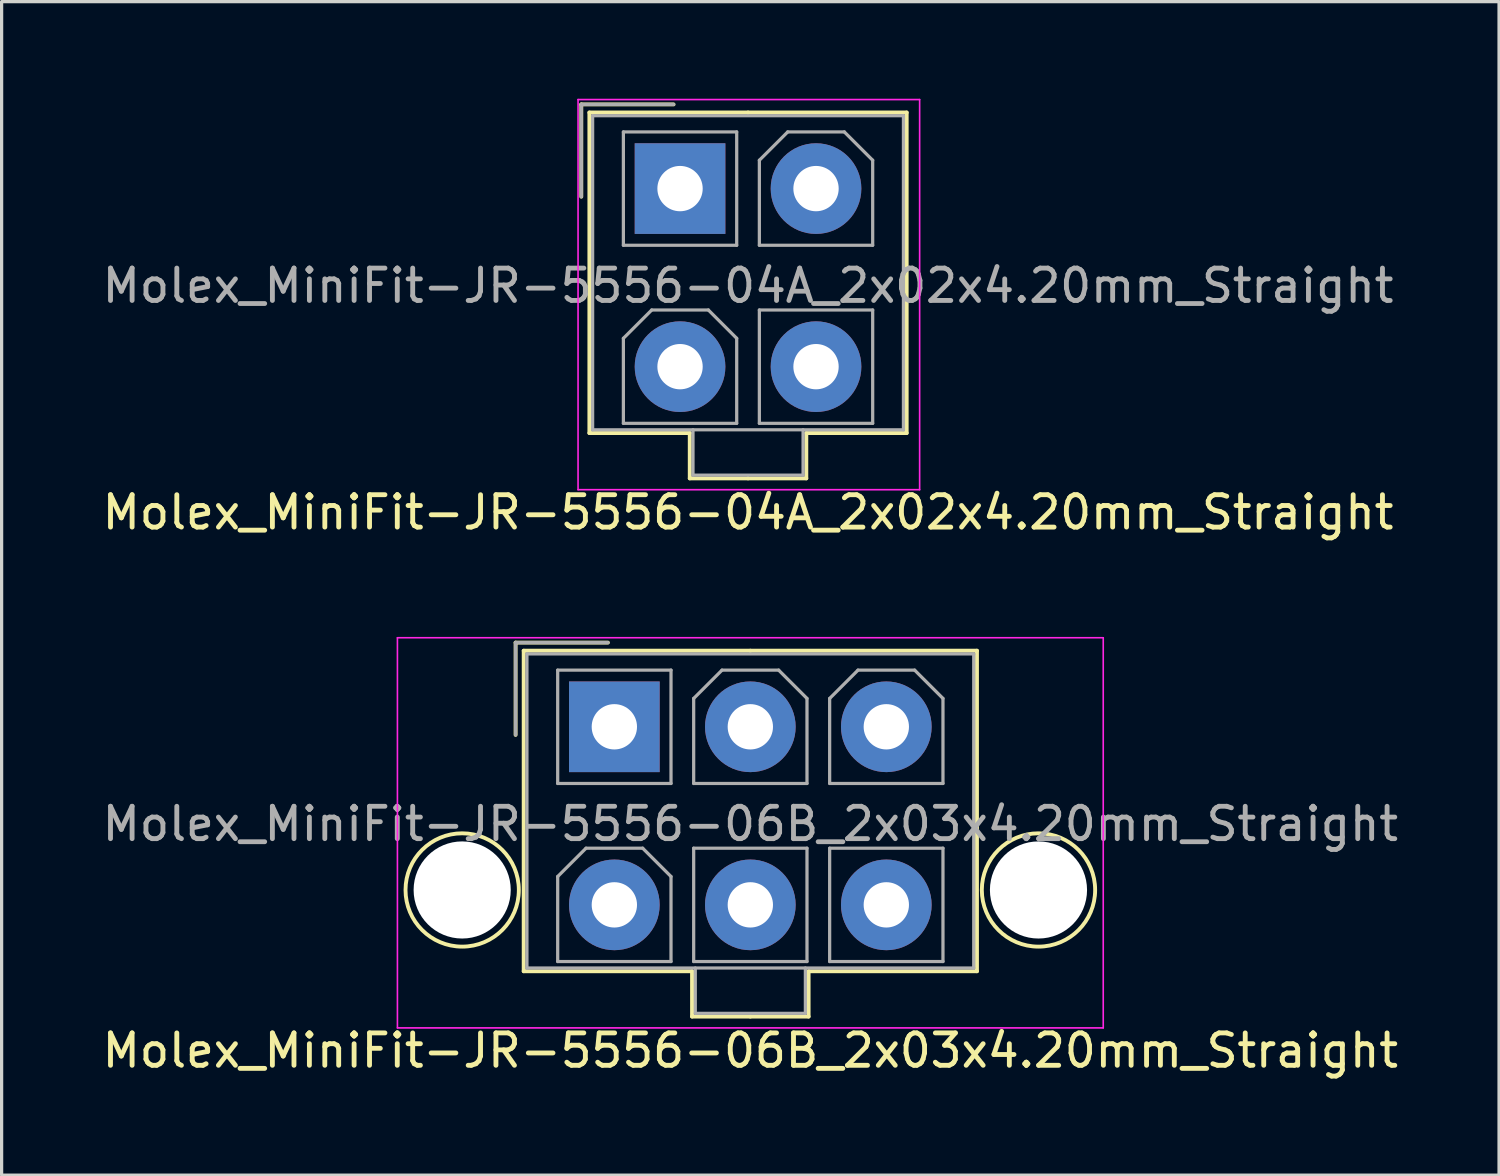
<source format=kicad_pcb>
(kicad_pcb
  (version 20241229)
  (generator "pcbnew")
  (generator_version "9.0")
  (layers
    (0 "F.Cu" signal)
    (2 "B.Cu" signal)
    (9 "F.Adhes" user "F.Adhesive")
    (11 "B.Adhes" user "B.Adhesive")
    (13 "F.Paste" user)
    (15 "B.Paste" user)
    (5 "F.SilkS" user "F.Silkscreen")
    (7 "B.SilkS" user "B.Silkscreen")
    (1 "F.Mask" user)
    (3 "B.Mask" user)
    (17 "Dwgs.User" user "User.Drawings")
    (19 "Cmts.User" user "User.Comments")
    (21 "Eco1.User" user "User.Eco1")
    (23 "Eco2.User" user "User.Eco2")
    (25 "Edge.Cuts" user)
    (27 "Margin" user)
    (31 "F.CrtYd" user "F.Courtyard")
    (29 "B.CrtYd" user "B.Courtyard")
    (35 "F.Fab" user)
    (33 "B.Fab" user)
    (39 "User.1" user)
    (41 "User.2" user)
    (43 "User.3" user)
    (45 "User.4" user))
  (footprint "Molex_MiniFit-JR-5556-04A_2x02x4.20mm_Straight"
    (layer "F.Cu")
    (at 17.954 2.775)
    (property "Reference" "Molex_MiniFit-JR-5556-04A_2x02x4.20mm_Straight" (at 2.1 10 0) (layer "F.SilkS") (effects (font (size 1 1) (thickness 0.15))))
    (attr through_hole)
    (fp_line (start -3.05 -2.6) (end -3.05 0.25) (stroke (width 0.12) (type solid)) (layer "F.SilkS"))
    (fp_line (start -2.8 -2.35) (end -2.8 7.55) (stroke (width 0.12) (type solid)) (layer "F.SilkS"))
    (fp_line (start -2.8 7.55) (end 0.3 7.55) (stroke (width 0.12) (type solid)) (layer "F.SilkS"))
    (fp_line (start -0.2 -2.6) (end -3.05 -2.6) (stroke (width 0.12) (type solid)) (layer "F.SilkS"))
    (fp_line (start 0.3 7.55) (end 0.3 8.95) (stroke (width 0.12) (type solid)) (layer "F.SilkS"))
    (fp_line (start 0.3 8.95) (end 2.1 8.95) (stroke (width 0.12) (type solid)) (layer "F.SilkS"))
    (fp_line (start 2.1 -2.35) (end -2.8 -2.35) (stroke (width 0.12) (type solid)) (layer "F.SilkS"))
    (fp_line (start 2.1 -2.35) (end 7 -2.35) (stroke (width 0.12) (type solid)) (layer "F.SilkS"))
    (fp_line (start 3.9 7.55) (end 3.9 8.95) (stroke (width 0.12) (type solid)) (layer "F.SilkS"))
    (fp_line (start 3.9 8.95) (end 2.1 8.95) (stroke (width 0.12) (type solid)) (layer "F.SilkS"))
    (fp_line (start 7 -2.35) (end 7 7.55) (stroke (width 0.12) (type solid)) (layer "F.SilkS"))
    (fp_line (start 7 7.55) (end 3.9 7.55) (stroke (width 0.12) (type solid)) (layer "F.SilkS"))
    (fp_line (start -3.15 -2.75) (end -3.15 9.3) (stroke (width 0.05) (type solid)) (layer "F.CrtYd"))
    (fp_line (start -3.15 9.3) (end 7.4 9.3) (stroke (width 0.05) (type solid)) (layer "F.CrtYd"))
    (fp_line (start 7.4 -2.75) (end -3.15 -2.75) (stroke (width 0.05) (type solid)) (layer "F.CrtYd"))
    (fp_line (start 7.4 9.3) (end 7.4 -2.75) (stroke (width 0.05) (type solid)) (layer "F.CrtYd"))
    (fp_line (start -3.05 -2.6) (end -3.05 0.25) (stroke (width 0.1) (type solid)) (layer "F.Fab"))
    (fp_line (start -2.7 -2.25) (end -2.7 7.45) (stroke (width 0.1) (type solid)) (layer "F.Fab"))
    (fp_line (start -2.7 7.45) (end 6.9 7.45) (stroke (width 0.1) (type solid)) (layer "F.Fab"))
    (fp_line (start -1.75 -1.75) (end -1.75 1.75) (stroke (width 0.1) (type solid)) (layer "F.Fab"))
    (fp_line (start -1.75 1.75) (end 1.75 1.75) (stroke (width 0.1) (type solid)) (layer "F.Fab"))
    (fp_line (start -1.75 4.625) (end -0.875 3.75) (stroke (width 0.1) (type solid)) (layer "F.Fab"))
    (fp_line (start -1.75 7.25) (end -1.75 4.625) (stroke (width 0.1) (type solid)) (layer "F.Fab"))
    (fp_line (start -0.875 3.75) (end 0.875 3.75) (stroke (width 0.1) (type solid)) (layer "F.Fab"))
    (fp_line (start -0.2 -2.6) (end -3.05 -2.6) (stroke (width 0.1) (type solid)) (layer "F.Fab"))
    (fp_line (start 0.4 7.45) (end 0.4 8.85) (stroke (width 0.1) (type solid)) (layer "F.Fab"))
    (fp_line (start 0.4 8.85) (end 3.8 8.85) (stroke (width 0.1) (type solid)) (layer "F.Fab"))
    (fp_line (start 0.875 3.75) (end 1.75 4.625) (stroke (width 0.1) (type solid)) (layer "F.Fab"))
    (fp_line (start 1.75 -1.75) (end -1.75 -1.75) (stroke (width 0.1) (type solid)) (layer "F.Fab"))
    (fp_line (start 1.75 1.75) (end 1.75 -1.75) (stroke (width 0.1) (type solid)) (layer "F.Fab"))
    (fp_line (start 1.75 4.625) (end 1.75 7.25) (stroke (width 0.1) (type solid)) (layer "F.Fab"))
    (fp_line (start 1.75 7.25) (end -1.75 7.25) (stroke (width 0.1) (type solid)) (layer "F.Fab"))
    (fp_line (start 2.45 -0.875) (end 3.325 -1.75) (stroke (width 0.1) (type solid)) (layer "F.Fab"))
    (fp_line (start 2.45 1.75) (end 2.45 -0.875) (stroke (width 0.1) (type solid)) (layer "F.Fab"))
    (fp_line (start 2.45 3.75) (end 2.45 7.25) (stroke (width 0.1) (type solid)) (layer "F.Fab"))
    (fp_line (start 2.45 7.25) (end 5.95 7.25) (stroke (width 0.1) (type solid)) (layer "F.Fab"))
    (fp_line (start 3.325 -1.75) (end 5.075 -1.75) (stroke (width 0.1) (type solid)) (layer "F.Fab"))
    (fp_line (start 3.8 8.85) (end 3.8 7.45) (stroke (width 0.1) (type solid)) (layer "F.Fab"))
    (fp_line (start 5.075 -1.75) (end 5.95 -0.875) (stroke (width 0.1) (type solid)) (layer "F.Fab"))
    (fp_line (start 5.95 -0.875) (end 5.95 1.75) (stroke (width 0.1) (type solid)) (layer "F.Fab"))
    (fp_line (start 5.95 1.75) (end 2.45 1.75) (stroke (width 0.1) (type solid)) (layer "F.Fab"))
    (fp_line (start 5.95 3.75) (end 2.45 3.75) (stroke (width 0.1) (type solid)) (layer "F.Fab"))
    (fp_line (start 5.95 7.25) (end 5.95 3.75) (stroke (width 0.1) (type solid)) (layer "F.Fab"))
    (fp_line (start 6.9 -2.25) (end -2.7 -2.25) (stroke (width 0.1) (type solid)) (layer "F.Fab"))
    (fp_line (start 6.9 7.45) (end 6.9 -2.25) (stroke (width 0.1) (type solid)) (layer "F.Fab"))
    (fp_text user "${REFERENCE}" (at 2.1 3 0) (layer "F.Fab") (effects (font (size 1 1) (thickness 0.15))))
    (pad "1" thru_hole rect (at 0 0) (size 2.8 2.8) (drill 1.4) (layers "*.Cu" "*.Mask"))
    (pad "2" thru_hole circle (at 4.2 0) (size 2.8 2.8) (drill 1.4) (layers "*.Cu" "*.Mask"))
    (pad "3" thru_hole circle (at 0 5.5) (size 2.8 2.8) (drill 1.4) (layers "*.Cu" "*.Mask"))
    (pad "4" thru_hole circle (at 4.2 5.5) (size 2.8 2.8) (drill 1.4) (layers "*.Cu" "*.Mask")))
  (footprint "Molex_MiniFit-JR-5556-06B_2x03x4.20mm_Straight"
    (layer "F.Cu")
    (at 15.925 19.398)
    (property "Reference" "Molex_MiniFit-JR-5556-06B_2x03x4.20mm_Straight" (at 4.2 10 0) (layer "F.SilkS") (effects (font (size 1 1) (thickness 0.15))))
    (attr through_hole)
    (fp_line (start -3.05 -2.6) (end -3.05 0.25) (stroke (width 0.12) (type solid)) (layer "F.SilkS"))
    (fp_line (start -2.8 -2.35) (end -2.8 7.55) (stroke (width 0.12) (type solid)) (layer "F.SilkS"))
    (fp_line (start -2.8 7.55) (end 2.4 7.55) (stroke (width 0.12) (type solid)) (layer "F.SilkS"))
    (fp_line (start -0.2 -2.6) (end -3.05 -2.6) (stroke (width 0.12) (type solid)) (layer "F.SilkS"))
    (fp_line (start 2.4 7.55) (end 2.4 8.95) (stroke (width 0.12) (type solid)) (layer "F.SilkS"))
    (fp_line (start 2.4 8.95) (end 4.2 8.95) (stroke (width 0.12) (type solid)) (layer "F.SilkS"))
    (fp_line (start 4.2 -2.35) (end -2.8 -2.35) (stroke (width 0.12) (type solid)) (layer "F.SilkS"))
    (fp_line (start 4.2 -2.35) (end 11.2 -2.35) (stroke (width 0.12) (type solid)) (layer "F.SilkS"))
    (fp_line (start 6 7.55) (end 6 8.95) (stroke (width 0.12) (type solid)) (layer "F.SilkS"))
    (fp_line (start 6 8.95) (end 4.2 8.95) (stroke (width 0.12) (type solid)) (layer "F.SilkS"))
    (fp_line (start 11.2 -2.35) (end 11.2 7.55) (stroke (width 0.12) (type solid)) (layer "F.SilkS"))
    (fp_line (start 11.2 7.55) (end 6 7.55) (stroke (width 0.12) (type solid)) (layer "F.SilkS"))
    (fp_circle (center -4.7 5.04) (end -2.95 5.04) (stroke (width 0.12) (type solid)) (fill no) (layer "F.SilkS"))
    (fp_circle (center 13.1 5.04) (end 14.85 5.04) (stroke (width 0.12) (type solid)) (fill no) (layer "F.SilkS"))
    (fp_line (start -6.7 -2.75) (end -6.7 9.3) (stroke (width 0.05) (type solid)) (layer "F.CrtYd"))
    (fp_line (start -6.7 9.3) (end 15.1 9.3) (stroke (width 0.05) (type solid)) (layer "F.CrtYd"))
    (fp_line (start 15.1 -2.75) (end -6.7 -2.75) (stroke (width 0.05) (type solid)) (layer "F.CrtYd"))
    (fp_line (start 15.1 9.3) (end 15.1 -2.75) (stroke (width 0.05) (type solid)) (layer "F.CrtYd"))
    (fp_line (start -3.05 -2.6) (end -3.05 0.25) (stroke (width 0.1) (type solid)) (layer "F.Fab"))
    (fp_line (start -2.7 -2.25) (end -2.7 7.45) (stroke (width 0.1) (type solid)) (layer "F.Fab"))
    (fp_line (start -2.7 7.45) (end 11.1 7.45) (stroke (width 0.1) (type solid)) (layer "F.Fab"))
    (fp_line (start -1.75 -1.75) (end -1.75 1.75) (stroke (width 0.1) (type solid)) (layer "F.Fab"))
    (fp_line (start -1.75 1.75) (end 1.75 1.75) (stroke (width 0.1) (type solid)) (layer "F.Fab"))
    (fp_line (start -1.75 4.625) (end -0.875 3.75) (stroke (width 0.1) (type solid)) (layer "F.Fab"))
    (fp_line (start -1.75 7.25) (end -1.75 4.625) (stroke (width 0.1) (type solid)) (layer "F.Fab"))
    (fp_line (start -0.875 3.75) (end 0.875 3.75) (stroke (width 0.1) (type solid)) (layer "F.Fab"))
    (fp_line (start -0.2 -2.6) (end -3.05 -2.6) (stroke (width 0.1) (type solid)) (layer "F.Fab"))
    (fp_line (start 0.875 3.75) (end 1.75 4.625) (stroke (width 0.1) (type solid)) (layer "F.Fab"))
    (fp_line (start 1.75 -1.75) (end -1.75 -1.75) (stroke (width 0.1) (type solid)) (layer "F.Fab"))
    (fp_line (start 1.75 1.75) (end 1.75 -1.75) (stroke (width 0.1) (type solid)) (layer "F.Fab"))
    (fp_line (start 1.75 4.625) (end 1.75 7.25) (stroke (width 0.1) (type solid)) (layer "F.Fab"))
    (fp_line (start 1.75 7.25) (end -1.75 7.25) (stroke (width 0.1) (type solid)) (layer "F.Fab"))
    (fp_line (start 2.45 -0.875) (end 3.325 -1.75) (stroke (width 0.1) (type solid)) (layer "F.Fab"))
    (fp_line (start 2.45 1.75) (end 2.45 -0.875) (stroke (width 0.1) (type solid)) (layer "F.Fab"))
    (fp_line (start 2.45 3.75) (end 2.45 7.25) (stroke (width 0.1) (type solid)) (layer "F.Fab"))
    (fp_line (start 2.45 7.25) (end 5.95 7.25) (stroke (width 0.1) (type solid)) (layer "F.Fab"))
    (fp_line (start 2.5 7.45) (end 2.5 8.85) (stroke (width 0.1) (type solid)) (layer "F.Fab"))
    (fp_line (start 2.5 8.85) (end 5.9 8.85) (stroke (width 0.1) (type solid)) (layer "F.Fab"))
    (fp_line (start 3.325 -1.75) (end 5.075 -1.75) (stroke (width 0.1) (type solid)) (layer "F.Fab"))
    (fp_line (start 5.075 -1.75) (end 5.95 -0.875) (stroke (width 0.1) (type solid)) (layer "F.Fab"))
    (fp_line (start 5.9 8.85) (end 5.9 7.45) (stroke (width 0.1) (type solid)) (layer "F.Fab"))
    (fp_line (start 5.95 -0.875) (end 5.95 1.75) (stroke (width 0.1) (type solid)) (layer "F.Fab"))
    (fp_line (start 5.95 1.75) (end 2.45 1.75) (stroke (width 0.1) (type solid)) (layer "F.Fab"))
    (fp_line (start 5.95 3.75) (end 2.45 3.75) (stroke (width 0.1) (type solid)) (layer "F.Fab"))
    (fp_line (start 5.95 7.25) (end 5.95 3.75) (stroke (width 0.1) (type solid)) (layer "F.Fab"))
    (fp_line (start 6.65 -0.875) (end 7.525 -1.75) (stroke (width 0.1) (type solid)) (layer "F.Fab"))
    (fp_line (start 6.65 1.75) (end 6.65 -0.875) (stroke (width 0.1) (type solid)) (layer "F.Fab"))
    (fp_line (start 6.65 3.75) (end 6.65 7.25) (stroke (width 0.1) (type solid)) (layer "F.Fab"))
    (fp_line (start 6.65 7.25) (end 10.15 7.25) (stroke (width 0.1) (type solid)) (layer "F.Fab"))
    (fp_line (start 7.525 -1.75) (end 9.275 -1.75) (stroke (width 0.1) (type solid)) (layer "F.Fab"))
    (fp_line (start 9.275 -1.75) (end 10.15 -0.875) (stroke (width 0.1) (type solid)) (layer "F.Fab"))
    (fp_line (start 10.15 -0.875) (end 10.15 1.75) (stroke (width 0.1) (type solid)) (layer "F.Fab"))
    (fp_line (start 10.15 1.75) (end 6.65 1.75) (stroke (width 0.1) (type solid)) (layer "F.Fab"))
    (fp_line (start 10.15 3.75) (end 6.65 3.75) (stroke (width 0.1) (type solid)) (layer "F.Fab"))
    (fp_line (start 10.15 7.25) (end 10.15 3.75) (stroke (width 0.1) (type solid)) (layer "F.Fab"))
    (fp_line (start 11.1 -2.25) (end -2.7 -2.25) (stroke (width 0.1) (type solid)) (layer "F.Fab"))
    (fp_line (start 11.1 7.45) (end 11.1 -2.25) (stroke (width 0.1) (type solid)) (layer "F.Fab"))
    (fp_text user "${REFERENCE}" (at 4.2 3 0) (layer "F.Fab") (effects (font (size 1 1) (thickness 0.15))))
    (pad "" np_thru_hole circle (at -4.7 5.04) (size 3 3) (drill 3) (layers "*.Cu" "*.Mask"))
    (pad "" np_thru_hole circle (at 13.1 5.04) (size 3 3) (drill 3) (layers "*.Cu" "*.Mask"))
    (pad "1" thru_hole rect (at 0 0) (size 2.8 2.8) (drill 1.4) (layers "*.Cu" "*.Mask"))
    (pad "2" thru_hole circle (at 4.2 0) (size 2.8 2.8) (drill 1.4) (layers "*.Cu" "*.Mask"))
    (pad "3" thru_hole circle (at 8.4 0) (size 2.8 2.8) (drill 1.4) (layers "*.Cu" "*.Mask"))
    (pad "4" thru_hole circle (at 0 5.5) (size 2.8 2.8) (drill 1.4) (layers "*.Cu" "*.Mask"))
    (pad "5" thru_hole circle (at 4.2 5.5) (size 2.8 2.8) (drill 1.4) (layers "*.Cu" "*.Mask"))
    (pad "6" thru_hole circle (at 8.4 5.5) (size 2.8 2.8) (drill 1.4) (layers "*.Cu" "*.Mask")))
  (gr_rect
    (start -3 -3)
    (end 43.25 33.246)
    (stroke (width 0.1) (type default))
    (fill no)
    (layer "Edge.Cuts")))
</source>
